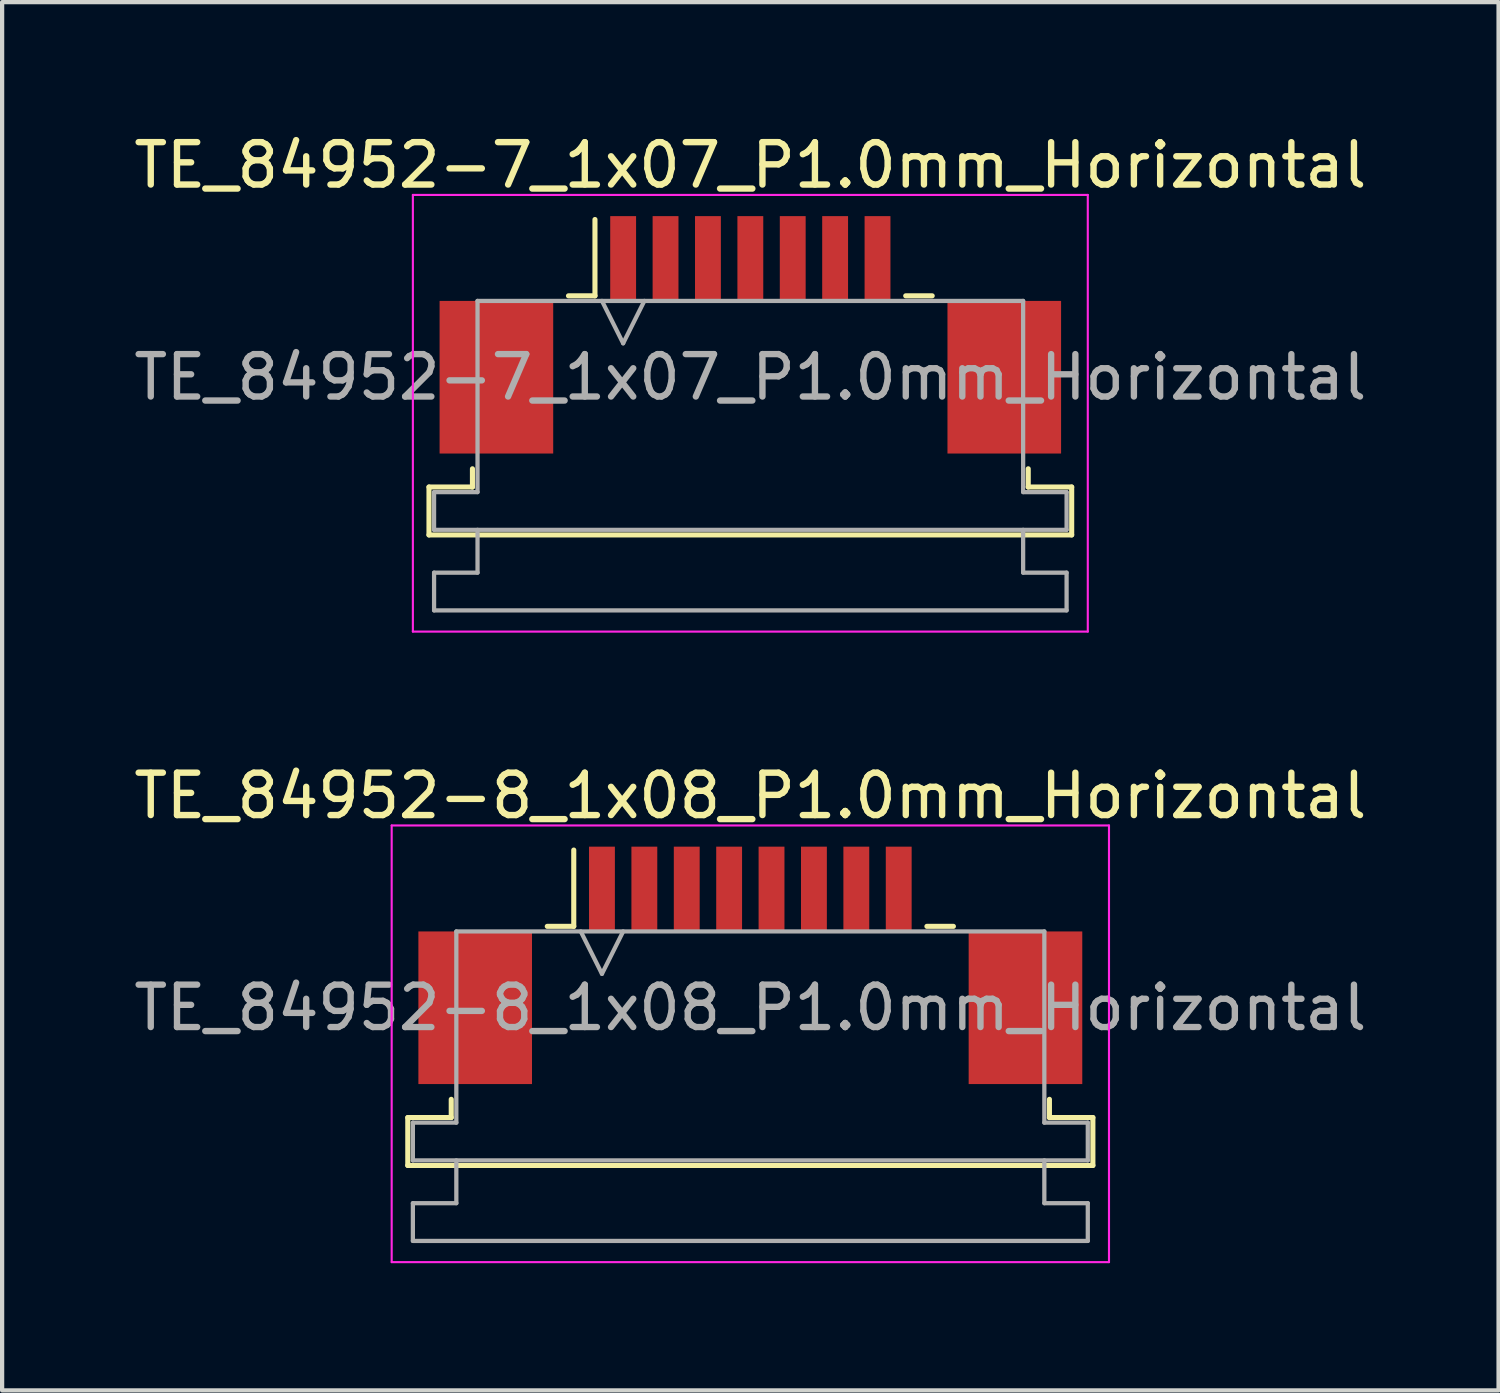
<source format=kicad_pcb>
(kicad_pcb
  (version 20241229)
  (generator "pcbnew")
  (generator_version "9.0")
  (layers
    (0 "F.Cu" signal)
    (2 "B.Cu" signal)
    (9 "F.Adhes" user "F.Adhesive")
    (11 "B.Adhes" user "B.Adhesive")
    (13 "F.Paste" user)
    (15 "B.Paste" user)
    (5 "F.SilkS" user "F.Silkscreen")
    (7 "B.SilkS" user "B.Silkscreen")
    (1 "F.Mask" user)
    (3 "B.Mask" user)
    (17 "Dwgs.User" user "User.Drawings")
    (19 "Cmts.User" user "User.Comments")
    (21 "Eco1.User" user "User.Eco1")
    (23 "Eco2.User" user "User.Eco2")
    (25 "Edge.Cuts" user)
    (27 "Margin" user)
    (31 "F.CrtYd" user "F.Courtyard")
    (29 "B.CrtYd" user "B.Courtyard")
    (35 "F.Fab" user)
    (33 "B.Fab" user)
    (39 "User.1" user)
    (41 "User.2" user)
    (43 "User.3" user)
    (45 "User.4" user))
  (footprint "TE_84952-7_1x07_P1.0mm_Horizontal"
    (layer "F.Cu")
    (at 14.649 4.848)
    (property "Reference" "TE_84952-7_1x07_P1.0mm_Horizontal" (at 0 -4 0) (layer "F.SilkS") (effects (font (size 1 1) (thickness 0.15))))
    (attr smd)
    (fp_line (start -7.58 3.59) (end -6.555 3.59) (stroke (width 0.12) (type solid)) (layer "F.SilkS"))
    (fp_line (start -7.58 4.72) (end -7.58 3.59) (stroke (width 0.12) (type solid)) (layer "F.SilkS"))
    (fp_line (start -6.555 3.59) (end -6.555 3.16) (stroke (width 0.12) (type solid)) (layer "F.SilkS"))
    (fp_line (start -4.29 -0.92) (end -3.665 -0.92) (stroke (width 0.12) (type solid)) (layer "F.SilkS"))
    (fp_line (start -3.665 -0.92) (end -3.665 -2.72) (stroke (width 0.12) (type solid)) (layer "F.SilkS"))
    (fp_line (start 3.665 -0.92) (end 4.29 -0.92) (stroke (width 0.12) (type solid)) (layer "F.SilkS"))
    (fp_line (start 6.555 3.16) (end 6.555 3.59) (stroke (width 0.12) (type solid)) (layer "F.SilkS"))
    (fp_line (start 6.555 3.59) (end 7.58 3.59) (stroke (width 0.12) (type solid)) (layer "F.SilkS"))
    (fp_line (start 7.58 3.59) (end 7.58 4.72) (stroke (width 0.12) (type solid)) (layer "F.SilkS"))
    (fp_line (start 7.58 4.72) (end -7.58 4.72) (stroke (width 0.12) (type solid)) (layer "F.SilkS"))
    (fp_line (start -7.96 -3.3) (end -7.96 7) (stroke (width 0.05) (type solid)) (layer "F.CrtYd"))
    (fp_line (start -7.96 7) (end 7.96 7) (stroke (width 0.05) (type solid)) (layer "F.CrtYd"))
    (fp_line (start 7.96 -3.3) (end -7.96 -3.3) (stroke (width 0.05) (type solid)) (layer "F.CrtYd"))
    (fp_line (start 7.96 7) (end 7.96 -3.3) (stroke (width 0.05) (type solid)) (layer "F.CrtYd"))
    (fp_line (start -7.46 3.71) (end -6.435 3.71) (stroke (width 0.1) (type solid)) (layer "F.Fab"))
    (fp_line (start -7.46 4.6) (end -7.46 3.71) (stroke (width 0.1) (type solid)) (layer "F.Fab"))
    (fp_line (start -7.46 5.61) (end -6.435 5.61) (stroke (width 0.1) (type solid)) (layer "F.Fab"))
    (fp_line (start -7.46 6.5) (end -7.46 5.61) (stroke (width 0.1) (type solid)) (layer "F.Fab"))
    (fp_line (start -6.435 -0.8) (end 6.435 -0.8) (stroke (width 0.1) (type solid)) (layer "F.Fab"))
    (fp_line (start -6.435 3.71) (end -6.435 -0.8) (stroke (width 0.1) (type solid)) (layer "F.Fab"))
    (fp_line (start -6.435 5.61) (end -6.435 4.6) (stroke (width 0.1) (type solid)) (layer "F.Fab"))
    (fp_line (start -3.5 -0.8) (end -3 0.2) (stroke (width 0.1) (type solid)) (layer "F.Fab"))
    (fp_line (start -3 0.2) (end -2.5 -0.8) (stroke (width 0.1) (type solid)) (layer "F.Fab"))
    (fp_line (start 6.435 -0.8) (end 6.435 3.71) (stroke (width 0.1) (type solid)) (layer "F.Fab"))
    (fp_line (start 6.435 3.71) (end 7.46 3.71) (stroke (width 0.1) (type solid)) (layer "F.Fab"))
    (fp_line (start 6.435 4.6) (end 6.435 5.61) (stroke (width 0.1) (type solid)) (layer "F.Fab"))
    (fp_line (start 6.435 5.61) (end 7.46 5.61) (stroke (width 0.1) (type solid)) (layer "F.Fab"))
    (fp_line (start 7.46 3.71) (end 7.46 4.6) (stroke (width 0.1) (type solid)) (layer "F.Fab"))
    (fp_line (start 7.46 4.6) (end -7.46 4.6) (stroke (width 0.1) (type solid)) (layer "F.Fab"))
    (fp_line (start 7.46 5.61) (end 7.46 6.5) (stroke (width 0.1) (type solid)) (layer "F.Fab"))
    (fp_line (start 7.46 6.5) (end -7.46 6.5) (stroke (width 0.1) (type solid)) (layer "F.Fab"))
    (fp_text user "${REFERENCE}" (at 0 1 0) (layer "F.Fab") (effects (font (size 1 1) (thickness 0.15))))
    (pad "" smd rect (at -5.99 1) (size 2.68 3.6) (layers "F.Cu" "F.Mask" "F.Paste"))
    (pad "" smd rect (at 5.99 1) (size 2.68 3.6) (layers "F.Cu" "F.Mask" "F.Paste"))
    (pad "1" smd rect (at -3 -1.8) (size 0.61 2) (layers "F.Cu" "F.Mask" "F.Paste"))
    (pad "2" smd rect (at -2 -1.8) (size 0.61 2) (layers "F.Cu" "F.Mask" "F.Paste"))
    (pad "3" smd rect (at -1 -1.8) (size 0.61 2) (layers "F.Cu" "F.Mask" "F.Paste"))
    (pad "4" smd rect (at 0 -1.8) (size 0.61 2) (layers "F.Cu" "F.Mask" "F.Paste"))
    (pad "5" smd rect (at 1 -1.8) (size 0.61 2) (layers "F.Cu" "F.Mask" "F.Paste"))
    (pad "6" smd rect (at 2 -1.8) (size 0.61 2) (layers "F.Cu" "F.Mask" "F.Paste"))
    (pad "7" smd rect (at 3 -1.8) (size 0.61 2) (layers "F.Cu" "F.Mask" "F.Paste")))
  (footprint "TE_84952-8_1x08_P1.0mm_Horizontal"
    (layer "F.Cu")
    (at 14.649 19.721)
    (property "Reference" "TE_84952-8_1x08_P1.0mm_Horizontal" (at 0 -4 0) (layer "F.SilkS") (effects (font (size 1 1) (thickness 0.15))))
    (attr smd)
    (fp_line (start -8.08 3.59) (end -7.055 3.59) (stroke (width 0.12) (type solid)) (layer "F.SilkS"))
    (fp_line (start -8.08 4.72) (end -8.08 3.59) (stroke (width 0.12) (type solid)) (layer "F.SilkS"))
    (fp_line (start -7.055 3.59) (end -7.055 3.16) (stroke (width 0.12) (type solid)) (layer "F.SilkS"))
    (fp_line (start -4.79 -0.92) (end -4.165 -0.92) (stroke (width 0.12) (type solid)) (layer "F.SilkS"))
    (fp_line (start -4.165 -0.92) (end -4.165 -2.72) (stroke (width 0.12) (type solid)) (layer "F.SilkS"))
    (fp_line (start 4.165 -0.92) (end 4.79 -0.92) (stroke (width 0.12) (type solid)) (layer "F.SilkS"))
    (fp_line (start 7.055 3.16) (end 7.055 3.59) (stroke (width 0.12) (type solid)) (layer "F.SilkS"))
    (fp_line (start 7.055 3.59) (end 8.08 3.59) (stroke (width 0.12) (type solid)) (layer "F.SilkS"))
    (fp_line (start 8.08 3.59) (end 8.08 4.72) (stroke (width 0.12) (type solid)) (layer "F.SilkS"))
    (fp_line (start 8.08 4.72) (end -8.08 4.72) (stroke (width 0.12) (type solid)) (layer "F.SilkS"))
    (fp_line (start -8.46 -3.3) (end -8.46 7) (stroke (width 0.05) (type solid)) (layer "F.CrtYd"))
    (fp_line (start -8.46 7) (end 8.46 7) (stroke (width 0.05) (type solid)) (layer "F.CrtYd"))
    (fp_line (start 8.46 -3.3) (end -8.46 -3.3) (stroke (width 0.05) (type solid)) (layer "F.CrtYd"))
    (fp_line (start 8.46 7) (end 8.46 -3.3) (stroke (width 0.05) (type solid)) (layer "F.CrtYd"))
    (fp_line (start -7.96 3.71) (end -6.935 3.71) (stroke (width 0.1) (type solid)) (layer "F.Fab"))
    (fp_line (start -7.96 4.6) (end -7.96 3.71) (stroke (width 0.1) (type solid)) (layer "F.Fab"))
    (fp_line (start -7.96 5.61) (end -6.935 5.61) (stroke (width 0.1) (type solid)) (layer "F.Fab"))
    (fp_line (start -7.96 6.5) (end -7.96 5.61) (stroke (width 0.1) (type solid)) (layer "F.Fab"))
    (fp_line (start -6.935 -0.8) (end 6.935 -0.8) (stroke (width 0.1) (type solid)) (layer "F.Fab"))
    (fp_line (start -6.935 3.71) (end -6.935 -0.8) (stroke (width 0.1) (type solid)) (layer "F.Fab"))
    (fp_line (start -6.935 5.61) (end -6.935 4.6) (stroke (width 0.1) (type solid)) (layer "F.Fab"))
    (fp_line (start -4 -0.8) (end -3.5 0.2) (stroke (width 0.1) (type solid)) (layer "F.Fab"))
    (fp_line (start -3.5 0.2) (end -3 -0.8) (stroke (width 0.1) (type solid)) (layer "F.Fab"))
    (fp_line (start 6.935 -0.8) (end 6.935 3.71) (stroke (width 0.1) (type solid)) (layer "F.Fab"))
    (fp_line (start 6.935 3.71) (end 7.96 3.71) (stroke (width 0.1) (type solid)) (layer "F.Fab"))
    (fp_line (start 6.935 4.6) (end 6.935 5.61) (stroke (width 0.1) (type solid)) (layer "F.Fab"))
    (fp_line (start 6.935 5.61) (end 7.96 5.61) (stroke (width 0.1) (type solid)) (layer "F.Fab"))
    (fp_line (start 7.96 3.71) (end 7.96 4.6) (stroke (width 0.1) (type solid)) (layer "F.Fab"))
    (fp_line (start 7.96 4.6) (end -7.96 4.6) (stroke (width 0.1) (type solid)) (layer "F.Fab"))
    (fp_line (start 7.96 5.61) (end 7.96 6.5) (stroke (width 0.1) (type solid)) (layer "F.Fab"))
    (fp_line (start 7.96 6.5) (end -7.96 6.5) (stroke (width 0.1) (type solid)) (layer "F.Fab"))
    (fp_text user "${REFERENCE}" (at 0 1 0) (layer "F.Fab") (effects (font (size 1 1) (thickness 0.15))))
    (pad "" smd rect (at -6.49 1) (size 2.68 3.6) (layers "F.Cu" "F.Mask" "F.Paste"))
    (pad "" smd rect (at 6.49 1) (size 2.68 3.6) (layers "F.Cu" "F.Mask" "F.Paste"))
    (pad "1" smd rect (at -3.5 -1.8) (size 0.61 2) (layers "F.Cu" "F.Mask" "F.Paste"))
    (pad "2" smd rect (at -2.5 -1.8) (size 0.61 2) (layers "F.Cu" "F.Mask" "F.Paste"))
    (pad "3" smd rect (at -1.5 -1.8) (size 0.61 2) (layers "F.Cu" "F.Mask" "F.Paste"))
    (pad "4" smd rect (at -0.5 -1.8) (size 0.61 2) (layers "F.Cu" "F.Mask" "F.Paste"))
    (pad "5" smd rect (at 0.5 -1.8) (size 0.61 2) (layers "F.Cu" "F.Mask" "F.Paste"))
    (pad "6" smd rect (at 1.5 -1.8) (size 0.61 2) (layers "F.Cu" "F.Mask" "F.Paste"))
    (pad "7" smd rect (at 2.5 -1.8) (size 0.61 2) (layers "F.Cu" "F.Mask" "F.Paste"))
    (pad "8" smd rect (at 3.5 -1.8) (size 0.61 2) (layers "F.Cu" "F.Mask" "F.Paste")))
  (gr_rect
    (start -3 -3)
    (end 32.298 29.747)
    (stroke (width 0.1) (type default))
    (fill no)
    (layer "Edge.Cuts")))
</source>
